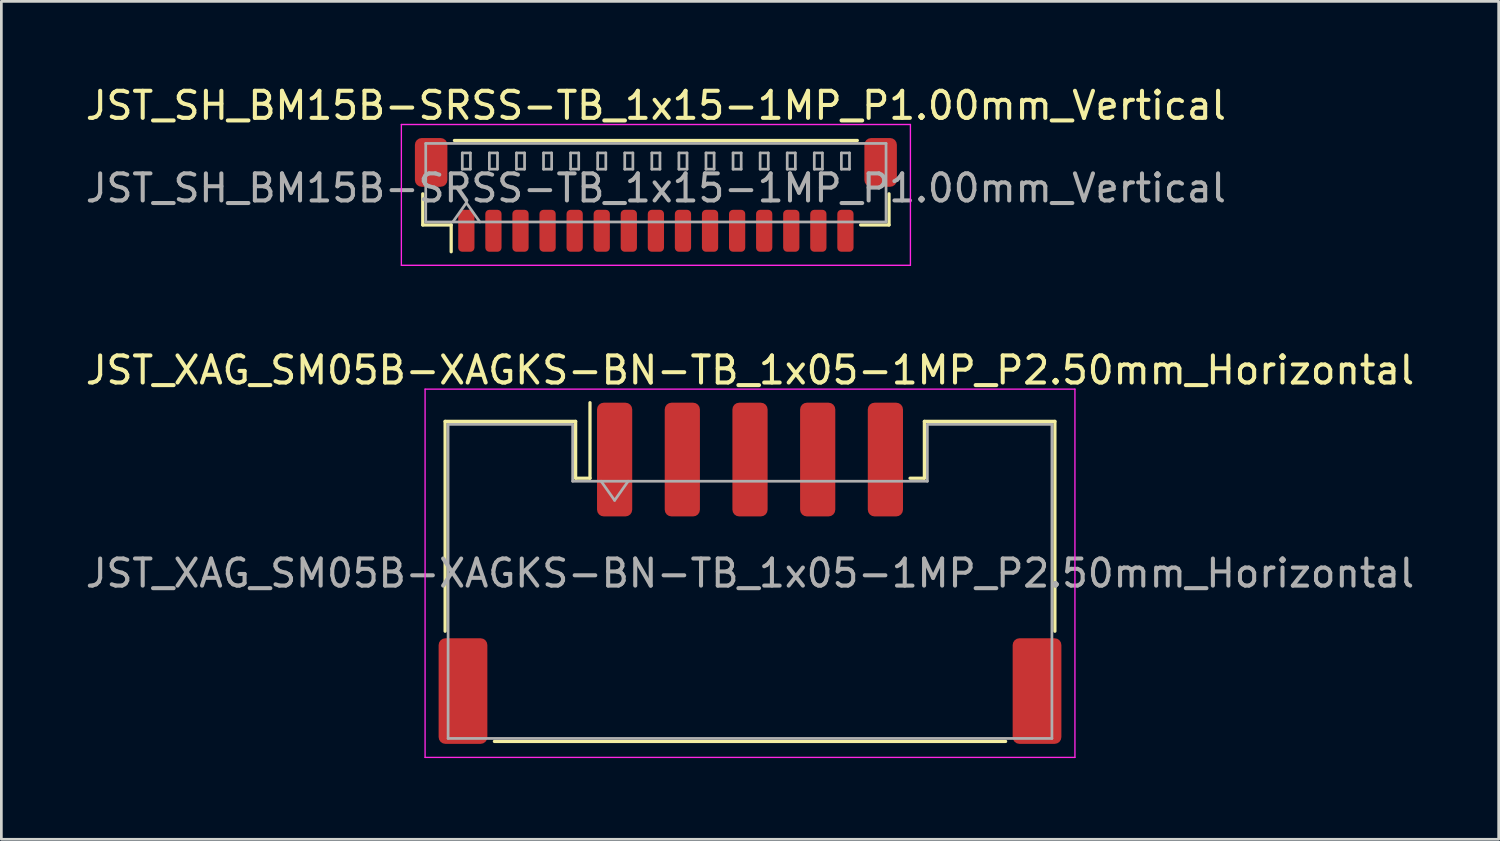
<source format=kicad_pcb>
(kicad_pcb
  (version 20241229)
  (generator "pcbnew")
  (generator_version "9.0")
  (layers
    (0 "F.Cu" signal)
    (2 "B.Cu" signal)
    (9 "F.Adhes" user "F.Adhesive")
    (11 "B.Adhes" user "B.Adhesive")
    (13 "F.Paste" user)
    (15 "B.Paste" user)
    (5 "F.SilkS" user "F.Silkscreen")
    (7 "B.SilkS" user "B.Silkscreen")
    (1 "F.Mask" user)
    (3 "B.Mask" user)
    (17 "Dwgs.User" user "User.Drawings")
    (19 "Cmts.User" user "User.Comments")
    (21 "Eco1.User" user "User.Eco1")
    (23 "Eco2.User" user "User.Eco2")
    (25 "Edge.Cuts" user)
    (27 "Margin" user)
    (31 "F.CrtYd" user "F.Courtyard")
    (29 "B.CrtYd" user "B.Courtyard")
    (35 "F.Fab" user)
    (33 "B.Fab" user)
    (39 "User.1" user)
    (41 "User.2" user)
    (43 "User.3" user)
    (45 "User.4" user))
  (footprint "JST_XAG_SM05B-XAGKS-BN-TB_1x05-1MP_P2.50mm_Horizontal"
    (layer "F.Cu")
    (at 24.649 18.122)
    (property "Reference" "JST_XAG_SM05B-XAGKS-BN-TB_1x05-1MP_P2.50mm_Horizontal" (at 0 -7.5 0) (layer "F.SilkS") (effects (font (size 1 1) (thickness 0.15))))
    (attr smd)
    (fp_line (start -11.26 -5.61) (end -6.44 -5.61) (stroke (width 0.12) (type solid)) (layer "F.SilkS"))
    (fp_line (start -11.26 2.14) (end -11.26 -5.61) (stroke (width 0.12) (type solid)) (layer "F.SilkS"))
    (fp_line (start -9.44 6.21) (end 9.44 6.21) (stroke (width 0.12) (type solid)) (layer "F.SilkS"))
    (fp_line (start -6.44 -5.61) (end -6.44 -3.51) (stroke (width 0.12) (type solid)) (layer "F.SilkS"))
    (fp_line (start -6.44 -3.51) (end -5.91 -3.51) (stroke (width 0.12) (type solid)) (layer "F.SilkS"))
    (fp_line (start -5.91 -3.51) (end -5.91 -6.3) (stroke (width 0.12) (type solid)) (layer "F.SilkS"))
    (fp_line (start 6.44 -5.61) (end 6.44 -3.51) (stroke (width 0.12) (type solid)) (layer "F.SilkS"))
    (fp_line (start 6.44 -3.51) (end 5.91 -3.51) (stroke (width 0.12) (type solid)) (layer "F.SilkS"))
    (fp_line (start 11.26 -5.61) (end 6.44 -5.61) (stroke (width 0.12) (type solid)) (layer "F.SilkS"))
    (fp_line (start 11.26 2.14) (end 11.26 -5.61) (stroke (width 0.12) (type solid)) (layer "F.SilkS"))
    (fp_line (start -12 -6.8) (end -12 6.8) (stroke (width 0.05) (type solid)) (layer "F.CrtYd"))
    (fp_line (start -12 6.8) (end 12 6.8) (stroke (width 0.05) (type solid)) (layer "F.CrtYd"))
    (fp_line (start 12 -6.8) (end -12 -6.8) (stroke (width 0.05) (type solid)) (layer "F.CrtYd"))
    (fp_line (start 12 6.8) (end 12 -6.8) (stroke (width 0.05) (type solid)) (layer "F.CrtYd"))
    (fp_line (start -11.15 -5.5) (end -11.15 6.1) (stroke (width 0.1) (type solid)) (layer "F.Fab"))
    (fp_line (start -11.15 -5.5) (end -6.55 -5.5) (stroke (width 0.1) (type solid)) (layer "F.Fab"))
    (fp_line (start -11.15 6.1) (end 11.15 6.1) (stroke (width 0.1) (type solid)) (layer "F.Fab"))
    (fp_line (start -6.55 -5.5) (end -6.55 -3.4) (stroke (width 0.1) (type solid)) (layer "F.Fab"))
    (fp_line (start -6.55 -3.4) (end 6.55 -3.4) (stroke (width 0.1) (type solid)) (layer "F.Fab"))
    (fp_line (start -5.5 -3.4) (end -5 -2.693) (stroke (width 0.1) (type solid)) (layer "F.Fab"))
    (fp_line (start -5 -2.693) (end -4.5 -3.4) (stroke (width 0.1) (type solid)) (layer "F.Fab"))
    (fp_line (start 6.55 -5.5) (end 11.15 -5.5) (stroke (width 0.1) (type solid)) (layer "F.Fab"))
    (fp_line (start 6.55 -3.4) (end 6.55 -5.5) (stroke (width 0.1) (type solid)) (layer "F.Fab"))
    (fp_line (start 11.15 -5.5) (end 11.15 6.1) (stroke (width 0.1) (type solid)) (layer "F.Fab"))
    (fp_text user "${REFERENCE}" (at 0 0 0) (layer "F.Fab") (effects (font (size 1 1) (thickness 0.15))))
    (pad "1" smd roundrect (at -5 -4.2) (size 1.3 4.2) (layers "F.Cu" "F.Mask" "F.Paste") (roundrect_rratio 0.192))
    (pad "2" smd roundrect (at -2.5 -4.2) (size 1.3 4.2) (layers "F.Cu" "F.Mask" "F.Paste") (roundrect_rratio 0.192))
    (pad "3" smd roundrect (at 0 -4.2) (size 1.3 4.2) (layers "F.Cu" "F.Mask" "F.Paste") (roundrect_rratio 0.192))
    (pad "4" smd roundrect (at 2.5 -4.2) (size 1.3 4.2) (layers "F.Cu" "F.Mask" "F.Paste") (roundrect_rratio 0.192))
    (pad "5" smd roundrect (at 5 -4.2) (size 1.3 4.2) (layers "F.Cu" "F.Mask" "F.Paste") (roundrect_rratio 0.192))
    (pad "MP" smd roundrect (at -10.6 4.35) (size 1.8 3.9) (layers "F.Cu" "F.Mask" "F.Paste") (roundrect_rratio 0.139))
    (pad "MP" smd roundrect (at 10.6 4.35) (size 1.8 3.9) (layers "F.Cu" "F.Mask" "F.Paste") (roundrect_rratio 0.139)))
  (footprint "JST_SH_BM15B-SRSS-TB_1x15-1MP_P1.00mm_Vertical"
    (layer "F.Cu")
    (at 21.173 4.148)
    (property "Reference" "JST_SH_BM15B-SRSS-TB_1x15-1MP_P1.00mm_Vertical" (at 0 -3.3 0) (layer "F.SilkS") (effects (font (size 1 1) (thickness 0.15))))
    (attr smd)
    (fp_line (start -8.61 -0.04) (end -8.61 1.11) (stroke (width 0.12) (type solid)) (layer "F.SilkS"))
    (fp_line (start -8.61 1.11) (end -7.56 1.11) (stroke (width 0.12) (type solid)) (layer "F.SilkS"))
    (fp_line (start -7.56 1.11) (end -7.56 2.1) (stroke (width 0.12) (type solid)) (layer "F.SilkS"))
    (fp_line (start -7.44 -2.01) (end 7.44 -2.01) (stroke (width 0.12) (type solid)) (layer "F.SilkS"))
    (fp_line (start 8.61 -0.04) (end 8.61 1.11) (stroke (width 0.12) (type solid)) (layer "F.SilkS"))
    (fp_line (start 8.61 1.11) (end 7.56 1.11) (stroke (width 0.12) (type solid)) (layer "F.SilkS"))
    (fp_line (start -9.4 -2.6) (end -9.4 2.6) (stroke (width 0.05) (type solid)) (layer "F.CrtYd"))
    (fp_line (start -9.4 2.6) (end 9.4 2.6) (stroke (width 0.05) (type solid)) (layer "F.CrtYd"))
    (fp_line (start 9.4 -2.6) (end -9.4 -2.6) (stroke (width 0.05) (type solid)) (layer "F.CrtYd"))
    (fp_line (start 9.4 2.6) (end 9.4 -2.6) (stroke (width 0.05) (type solid)) (layer "F.CrtYd"))
    (fp_line (start -8.5 -1.9) (end 8.5 -1.9) (stroke (width 0.1) (type solid)) (layer "F.Fab"))
    (fp_line (start -8.5 1) (end -8.5 -1.9) (stroke (width 0.1) (type solid)) (layer "F.Fab"))
    (fp_line (start -8.5 1) (end 8.5 1) (stroke (width 0.1) (type solid)) (layer "F.Fab"))
    (fp_line (start -7.5 1) (end -7 0.293) (stroke (width 0.1) (type solid)) (layer "F.Fab"))
    (fp_line (start -7.15 -1.55) (end -7.15 -0.95) (stroke (width 0.1) (type solid)) (layer "F.Fab"))
    (fp_line (start -7.15 -0.95) (end -6.85 -0.95) (stroke (width 0.1) (type solid)) (layer "F.Fab"))
    (fp_line (start -7 0.293) (end -6.5 1) (stroke (width 0.1) (type solid)) (layer "F.Fab"))
    (fp_line (start -6.85 -1.55) (end -7.15 -1.55) (stroke (width 0.1) (type solid)) (layer "F.Fab"))
    (fp_line (start -6.85 -0.95) (end -6.85 -1.55) (stroke (width 0.1) (type solid)) (layer "F.Fab"))
    (fp_line (start -6.15 -1.55) (end -6.15 -0.95) (stroke (width 0.1) (type solid)) (layer "F.Fab"))
    (fp_line (start -6.15 -0.95) (end -5.85 -0.95) (stroke (width 0.1) (type solid)) (layer "F.Fab"))
    (fp_line (start -5.85 -1.55) (end -6.15 -1.55) (stroke (width 0.1) (type solid)) (layer "F.Fab"))
    (fp_line (start -5.85 -0.95) (end -5.85 -1.55) (stroke (width 0.1) (type solid)) (layer "F.Fab"))
    (fp_line (start -5.15 -1.55) (end -5.15 -0.95) (stroke (width 0.1) (type solid)) (layer "F.Fab"))
    (fp_line (start -5.15 -0.95) (end -4.85 -0.95) (stroke (width 0.1) (type solid)) (layer "F.Fab"))
    (fp_line (start -4.85 -1.55) (end -5.15 -1.55) (stroke (width 0.1) (type solid)) (layer "F.Fab"))
    (fp_line (start -4.85 -0.95) (end -4.85 -1.55) (stroke (width 0.1) (type solid)) (layer "F.Fab"))
    (fp_line (start -4.15 -1.55) (end -4.15 -0.95) (stroke (width 0.1) (type solid)) (layer "F.Fab"))
    (fp_line (start -4.15 -0.95) (end -3.85 -0.95) (stroke (width 0.1) (type solid)) (layer "F.Fab"))
    (fp_line (start -3.85 -1.55) (end -4.15 -1.55) (stroke (width 0.1) (type solid)) (layer "F.Fab"))
    (fp_line (start -3.85 -0.95) (end -3.85 -1.55) (stroke (width 0.1) (type solid)) (layer "F.Fab"))
    (fp_line (start -3.15 -1.55) (end -3.15 -0.95) (stroke (width 0.1) (type solid)) (layer "F.Fab"))
    (fp_line (start -3.15 -0.95) (end -2.85 -0.95) (stroke (width 0.1) (type solid)) (layer "F.Fab"))
    (fp_line (start -2.85 -1.55) (end -3.15 -1.55) (stroke (width 0.1) (type solid)) (layer "F.Fab"))
    (fp_line (start -2.85 -0.95) (end -2.85 -1.55) (stroke (width 0.1) (type solid)) (layer "F.Fab"))
    (fp_line (start -2.15 -1.55) (end -2.15 -0.95) (stroke (width 0.1) (type solid)) (layer "F.Fab"))
    (fp_line (start -2.15 -0.95) (end -1.85 -0.95) (stroke (width 0.1) (type solid)) (layer "F.Fab"))
    (fp_line (start -1.85 -1.55) (end -2.15 -1.55) (stroke (width 0.1) (type solid)) (layer "F.Fab"))
    (fp_line (start -1.85 -0.95) (end -1.85 -1.55) (stroke (width 0.1) (type solid)) (layer "F.Fab"))
    (fp_line (start -1.15 -1.55) (end -1.15 -0.95) (stroke (width 0.1) (type solid)) (layer "F.Fab"))
    (fp_line (start -1.15 -0.95) (end -0.85 -0.95) (stroke (width 0.1) (type solid)) (layer "F.Fab"))
    (fp_line (start -0.85 -1.55) (end -1.15 -1.55) (stroke (width 0.1) (type solid)) (layer "F.Fab"))
    (fp_line (start -0.85 -0.95) (end -0.85 -1.55) (stroke (width 0.1) (type solid)) (layer "F.Fab"))
    (fp_line (start -0.15 -1.55) (end -0.15 -0.95) (stroke (width 0.1) (type solid)) (layer "F.Fab"))
    (fp_line (start -0.15 -0.95) (end 0.15 -0.95) (stroke (width 0.1) (type solid)) (layer "F.Fab"))
    (fp_line (start 0.15 -1.55) (end -0.15 -1.55) (stroke (width 0.1) (type solid)) (layer "F.Fab"))
    (fp_line (start 0.15 -0.95) (end 0.15 -1.55) (stroke (width 0.1) (type solid)) (layer "F.Fab"))
    (fp_line (start 0.85 -1.55) (end 0.85 -0.95) (stroke (width 0.1) (type solid)) (layer "F.Fab"))
    (fp_line (start 0.85 -0.95) (end 1.15 -0.95) (stroke (width 0.1) (type solid)) (layer "F.Fab"))
    (fp_line (start 1.15 -1.55) (end 0.85 -1.55) (stroke (width 0.1) (type solid)) (layer "F.Fab"))
    (fp_line (start 1.15 -0.95) (end 1.15 -1.55) (stroke (width 0.1) (type solid)) (layer "F.Fab"))
    (fp_line (start 1.85 -1.55) (end 1.85 -0.95) (stroke (width 0.1) (type solid)) (layer "F.Fab"))
    (fp_line (start 1.85 -0.95) (end 2.15 -0.95) (stroke (width 0.1) (type solid)) (layer "F.Fab"))
    (fp_line (start 2.15 -1.55) (end 1.85 -1.55) (stroke (width 0.1) (type solid)) (layer "F.Fab"))
    (fp_line (start 2.15 -0.95) (end 2.15 -1.55) (stroke (width 0.1) (type solid)) (layer "F.Fab"))
    (fp_line (start 2.85 -1.55) (end 2.85 -0.95) (stroke (width 0.1) (type solid)) (layer "F.Fab"))
    (fp_line (start 2.85 -0.95) (end 3.15 -0.95) (stroke (width 0.1) (type solid)) (layer "F.Fab"))
    (fp_line (start 3.15 -1.55) (end 2.85 -1.55) (stroke (width 0.1) (type solid)) (layer "F.Fab"))
    (fp_line (start 3.15 -0.95) (end 3.15 -1.55) (stroke (width 0.1) (type solid)) (layer "F.Fab"))
    (fp_line (start 3.85 -1.55) (end 3.85 -0.95) (stroke (width 0.1) (type solid)) (layer "F.Fab"))
    (fp_line (start 3.85 -0.95) (end 4.15 -0.95) (stroke (width 0.1) (type solid)) (layer "F.Fab"))
    (fp_line (start 4.15 -1.55) (end 3.85 -1.55) (stroke (width 0.1) (type solid)) (layer "F.Fab"))
    (fp_line (start 4.15 -0.95) (end 4.15 -1.55) (stroke (width 0.1) (type solid)) (layer "F.Fab"))
    (fp_line (start 4.85 -1.55) (end 4.85 -0.95) (stroke (width 0.1) (type solid)) (layer "F.Fab"))
    (fp_line (start 4.85 -0.95) (end 5.15 -0.95) (stroke (width 0.1) (type solid)) (layer "F.Fab"))
    (fp_line (start 5.15 -1.55) (end 4.85 -1.55) (stroke (width 0.1) (type solid)) (layer "F.Fab"))
    (fp_line (start 5.15 -0.95) (end 5.15 -1.55) (stroke (width 0.1) (type solid)) (layer "F.Fab"))
    (fp_line (start 5.85 -1.55) (end 5.85 -0.95) (stroke (width 0.1) (type solid)) (layer "F.Fab"))
    (fp_line (start 5.85 -0.95) (end 6.15 -0.95) (stroke (width 0.1) (type solid)) (layer "F.Fab"))
    (fp_line (start 6.15 -1.55) (end 5.85 -1.55) (stroke (width 0.1) (type solid)) (layer "F.Fab"))
    (fp_line (start 6.15 -0.95) (end 6.15 -1.55) (stroke (width 0.1) (type solid)) (layer "F.Fab"))
    (fp_line (start 6.85 -1.55) (end 6.85 -0.95) (stroke (width 0.1) (type solid)) (layer "F.Fab"))
    (fp_line (start 6.85 -0.95) (end 7.15 -0.95) (stroke (width 0.1) (type solid)) (layer "F.Fab"))
    (fp_line (start 7.15 -1.55) (end 6.85 -1.55) (stroke (width 0.1) (type solid)) (layer "F.Fab"))
    (fp_line (start 7.15 -0.95) (end 7.15 -1.55) (stroke (width 0.1) (type solid)) (layer "F.Fab"))
    (fp_line (start 8.5 1) (end 8.5 -1.9) (stroke (width 0.1) (type solid)) (layer "F.Fab"))
    (fp_text user "${REFERENCE}" (at 0 -0.25 0) (layer "F.Fab") (effects (font (size 1 1) (thickness 0.15))))
    (pad "1" smd roundrect (at -7 1.325) (size 0.6 1.55) (layers "F.Cu" "F.Mask" "F.Paste") (roundrect_rratio 0.25))
    (pad "2" smd roundrect (at -6 1.325) (size 0.6 1.55) (layers "F.Cu" "F.Mask" "F.Paste") (roundrect_rratio 0.25))
    (pad "3" smd roundrect (at -5 1.325) (size 0.6 1.55) (layers "F.Cu" "F.Mask" "F.Paste") (roundrect_rratio 0.25))
    (pad "4" smd roundrect (at -4 1.325) (size 0.6 1.55) (layers "F.Cu" "F.Mask" "F.Paste") (roundrect_rratio 0.25))
    (pad "5" smd roundrect (at -3 1.325) (size 0.6 1.55) (layers "F.Cu" "F.Mask" "F.Paste") (roundrect_rratio 0.25))
    (pad "6" smd roundrect (at -2 1.325) (size 0.6 1.55) (layers "F.Cu" "F.Mask" "F.Paste") (roundrect_rratio 0.25))
    (pad "7" smd roundrect (at -1 1.325) (size 0.6 1.55) (layers "F.Cu" "F.Mask" "F.Paste") (roundrect_rratio 0.25))
    (pad "8" smd roundrect (at 0 1.325) (size 0.6 1.55) (layers "F.Cu" "F.Mask" "F.Paste") (roundrect_rratio 0.25))
    (pad "9" smd roundrect (at 1 1.325) (size 0.6 1.55) (layers "F.Cu" "F.Mask" "F.Paste") (roundrect_rratio 0.25))
    (pad "10" smd roundrect (at 2 1.325) (size 0.6 1.55) (layers "F.Cu" "F.Mask" "F.Paste") (roundrect_rratio 0.25))
    (pad "11" smd roundrect (at 3 1.325) (size 0.6 1.55) (layers "F.Cu" "F.Mask" "F.Paste") (roundrect_rratio 0.25))
    (pad "12" smd roundrect (at 4 1.325) (size 0.6 1.55) (layers "F.Cu" "F.Mask" "F.Paste") (roundrect_rratio 0.25))
    (pad "13" smd roundrect (at 5 1.325) (size 0.6 1.55) (layers "F.Cu" "F.Mask" "F.Paste") (roundrect_rratio 0.25))
    (pad "14" smd roundrect (at 6 1.325) (size 0.6 1.55) (layers "F.Cu" "F.Mask" "F.Paste") (roundrect_rratio 0.25))
    (pad "15" smd roundrect (at 7 1.325) (size 0.6 1.55) (layers "F.Cu" "F.Mask" "F.Paste") (roundrect_rratio 0.25))
    (pad "MP" smd roundrect (at -8.3 -1.2) (size 1.2 1.8) (layers "F.Cu" "F.Mask" "F.Paste") (roundrect_rratio 0.208))
    (pad "MP" smd roundrect (at 8.3 -1.2) (size 1.2 1.8) (layers "F.Cu" "F.Mask" "F.Paste") (roundrect_rratio 0.208)))
  (gr_rect
    (start -3 -3)
    (end 52.298 27.947)
    (stroke (width 0.1) (type default))
    (fill no)
    (layer "Edge.Cuts")))
</source>
